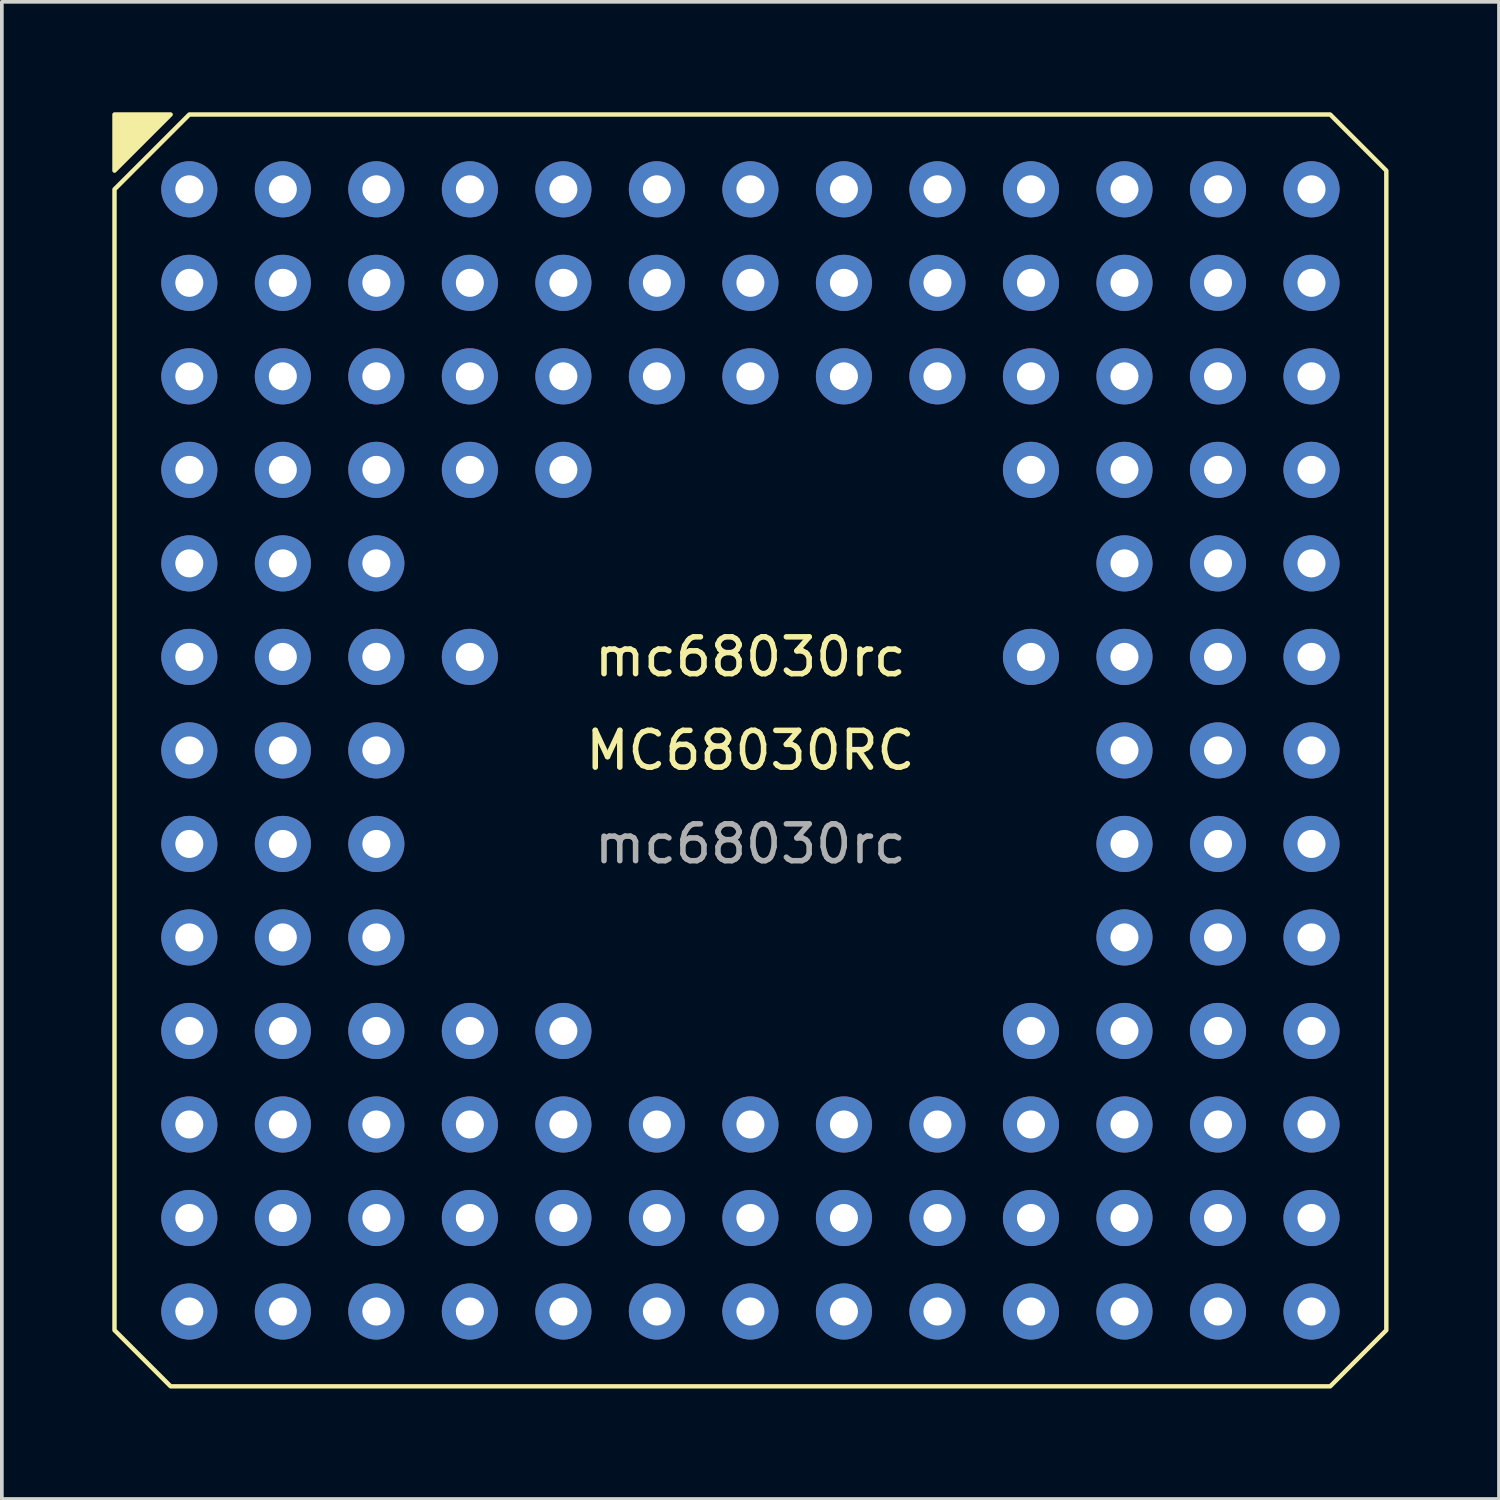
<source format=kicad_pcb>
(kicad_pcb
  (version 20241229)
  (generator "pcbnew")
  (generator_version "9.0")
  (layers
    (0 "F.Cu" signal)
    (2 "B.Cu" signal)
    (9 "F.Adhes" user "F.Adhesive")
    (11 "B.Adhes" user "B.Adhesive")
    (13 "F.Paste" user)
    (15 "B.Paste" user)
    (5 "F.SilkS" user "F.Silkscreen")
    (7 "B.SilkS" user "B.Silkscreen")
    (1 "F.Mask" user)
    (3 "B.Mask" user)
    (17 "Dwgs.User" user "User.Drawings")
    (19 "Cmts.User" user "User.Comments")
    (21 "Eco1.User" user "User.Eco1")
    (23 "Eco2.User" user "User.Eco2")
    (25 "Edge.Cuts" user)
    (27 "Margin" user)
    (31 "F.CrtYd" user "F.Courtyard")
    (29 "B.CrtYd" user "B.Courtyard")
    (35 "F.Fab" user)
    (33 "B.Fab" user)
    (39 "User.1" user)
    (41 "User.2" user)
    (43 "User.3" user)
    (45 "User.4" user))
  (footprint "mc68030rc"
    (layer "F.Cu")
    (at 17.332 17.332)
    (property "Reference" "mc68030rc" (at 0 -2.54 0) (unlocked yes) (layer "F.SilkS") (effects (font (size 1 1) (thickness 0.15))))
    (attr through_hole)
    (fp_poly (pts (xy -17.272 -17.272) (xy -15.748 -17.272) (xy -17.272 -15.748)) (stroke (width 0.12) (type solid)) (fill yes) (layer "F.SilkS"))
    (fp_poly (pts (xy -17.272 15.748) (xy -17.272 -15.24) (xy -15.24 -17.272) (xy 15.748 -17.272) (xy 17.272 -15.748) (xy 17.272 15.748) (xy 15.748 17.272) (xy -15.748 17.272)) (stroke (width 0.12) (type solid)) (fill no) (layer "F.SilkS"))
    (fp_text user "MC68030RC" (at 0 0 0) (unlocked yes) (layer "F.SilkS") (effects (font (size 1 1) (thickness 0.15))))
    (fp_text user "${REFERENCE}" (at 0 2.54 0) (unlocked yes) (layer "F.Fab") (effects (font (size 1 1) (thickness 0.15))))
    (pad "A1" thru_hole circle (at -15.24 -15.24 180) (size 1.524 1.524) (drill 0.762) (layers "*.Cu" "*.Mask"))
    (pad "A2" thru_hole circle (at -12.7 -15.24 180) (size 1.524 1.524) (drill 0.762) (layers "*.Cu" "*.Mask"))
    (pad "A3" thru_hole circle (at -10.16 -15.24 180) (size 1.524 1.524) (drill 0.762) (layers "*.Cu" "*.Mask"))
    (pad "A4" thru_hole circle (at -7.62 -15.24 180) (size 1.524 1.524) (drill 0.762) (layers "*.Cu" "*.Mask"))
    (pad "A5" thru_hole circle (at -5.08 -15.24 180) (size 1.524 1.524) (drill 0.762) (layers "*.Cu" "*.Mask"))
    (pad "A6" thru_hole circle (at -2.54 -15.24 180) (size 1.524 1.524) (drill 0.762) (layers "*.Cu" "*.Mask"))
    (pad "A7" thru_hole circle (at 0 -15.24 180) (size 1.524 1.524) (drill 0.762) (layers "*.Cu" "*.Mask"))
    (pad "A8" thru_hole circle (at 2.54 -15.24 180) (size 1.524 1.524) (drill 0.762) (layers "*.Cu" "*.Mask"))
    (pad "A9" thru_hole circle (at 5.08 -15.24 180) (size 1.524 1.524) (drill 0.762) (layers "*.Cu" "*.Mask"))
    (pad "A10" thru_hole circle (at 7.62 -15.24 180) (size 1.524 1.524) (drill 0.762) (layers "*.Cu" "*.Mask"))
    (pad "A11" thru_hole circle (at 10.16 -15.24 180) (size 1.524 1.524) (drill 0.762) (layers "*.Cu" "*.Mask"))
    (pad "A12" thru_hole circle (at 12.7 -15.24 180) (size 1.524 1.524) (drill 0.762) (layers "*.Cu" "*.Mask"))
    (pad "A13" thru_hole circle (at 15.24 -15.24 180) (size 1.524 1.524) (drill 0.762) (layers "*.Cu" "*.Mask"))
    (pad "B1" thru_hole circle (at -15.24 -12.7 180) (size 1.524 1.524) (drill 0.762) (layers "*.Cu" "*.Mask"))
    (pad "B2" thru_hole circle (at -12.7 -12.7 180) (size 1.524 1.524) (drill 0.762) (layers "*.Cu" "*.Mask"))
    (pad "B3" thru_hole circle (at -10.16 -12.7 180) (size 1.524 1.524) (drill 0.762) (layers "*.Cu" "*.Mask"))
    (pad "B4" thru_hole circle (at -7.62 -12.7 180) (size 1.524 1.524) (drill 0.762) (layers "*.Cu" "*.Mask"))
    (pad "B5" thru_hole circle (at -5.08 -12.7 180) (size 1.524 1.524) (drill 0.762) (layers "*.Cu" "*.Mask"))
    (pad "B6" thru_hole circle (at -2.54 -12.7 180) (size 1.524 1.524) (drill 0.762) (layers "*.Cu" "*.Mask"))
    (pad "B7" thru_hole circle (at 0 -12.7 180) (size 1.524 1.524) (drill 0.762) (layers "*.Cu" "*.Mask"))
    (pad "B8" thru_hole circle (at 2.54 -12.7 180) (size 1.524 1.524) (drill 0.762) (layers "*.Cu" "*.Mask"))
    (pad "B9" thru_hole circle (at 5.08 -12.7 180) (size 1.524 1.524) (drill 0.762) (layers "*.Cu" "*.Mask"))
    (pad "B10" thru_hole circle (at 7.62 -12.7 180) (size 1.524 1.524) (drill 0.762) (layers "*.Cu" "*.Mask"))
    (pad "B11" thru_hole circle (at 10.16 -12.7 180) (size 1.524 1.524) (drill 0.762) (layers "*.Cu" "*.Mask"))
    (pad "B12" thru_hole circle (at 12.7 -12.7 180) (size 1.524 1.524) (drill 0.762) (layers "*.Cu" "*.Mask"))
    (pad "B13" thru_hole circle (at 15.24 -12.7 180) (size 1.524 1.524) (drill 0.762) (layers "*.Cu" "*.Mask"))
    (pad "C1" thru_hole circle (at -15.24 -10.16 180) (size 1.524 1.524) (drill 0.762) (layers "*.Cu" "*.Mask"))
    (pad "C2" thru_hole circle (at -12.7 -10.16 180) (size 1.524 1.524) (drill 0.762) (layers "*.Cu" "*.Mask"))
    (pad "C3" thru_hole circle (at -10.16 -10.16 180) (size 1.524 1.524) (drill 0.762) (layers "*.Cu" "*.Mask"))
    (pad "C4" thru_hole circle (at -7.62 -10.16 180) (size 1.524 1.524) (drill 0.762) (layers "*.Cu" "*.Mask"))
    (pad "C5" thru_hole circle (at -5.08 -10.16 180) (size 1.524 1.524) (drill 0.762) (layers "*.Cu" "*.Mask"))
    (pad "C6" thru_hole circle (at -2.54 -10.16 180) (size 1.524 1.524) (drill 0.762) (layers "*.Cu" "*.Mask"))
    (pad "C7" thru_hole circle (at 0 -10.16 180) (size 1.524 1.524) (drill 0.762) (layers "*.Cu" "*.Mask"))
    (pad "C8" thru_hole circle (at 2.54 -10.16 180) (size 1.524 1.524) (drill 0.762) (layers "*.Cu" "*.Mask"))
    (pad "C9" thru_hole circle (at 5.08 -10.16 180) (size 1.524 1.524) (drill 0.762) (layers "*.Cu" "*.Mask"))
    (pad "C10" thru_hole circle (at 7.62 -10.16 180) (size 1.524 1.524) (drill 0.762) (layers "*.Cu" "*.Mask"))
    (pad "C11" thru_hole circle (at 10.16 -10.16 180) (size 1.524 1.524) (drill 0.762) (layers "*.Cu" "*.Mask"))
    (pad "C12" thru_hole circle (at 12.7 -10.16 180) (size 1.524 1.524) (drill 0.762) (layers "*.Cu" "*.Mask"))
    (pad "C13" thru_hole circle (at 15.24 -10.16 180) (size 1.524 1.524) (drill 0.762) (layers "*.Cu" "*.Mask"))
    (pad "D1" thru_hole circle (at -15.24 -7.62 180) (size 1.524 1.524) (drill 0.762) (layers "*.Cu" "*.Mask"))
    (pad "D2" thru_hole circle (at -12.7 -7.62 180) (size 1.524 1.524) (drill 0.762) (layers "*.Cu" "*.Mask"))
    (pad "D3" thru_hole circle (at -10.16 -7.62 180) (size 1.524 1.524) (drill 0.762) (layers "*.Cu" "*.Mask"))
    (pad "D4" thru_hole circle (at -7.62 -7.62 180) (size 1.524 1.524) (drill 0.762) (layers "*.Cu" "*.Mask"))
    (pad "D5" thru_hole circle (at -5.08 -7.62 180) (size 1.524 1.524) (drill 0.762) (layers "*.Cu" "*.Mask"))
    (pad "D10" thru_hole circle (at 7.62 -7.62 180) (size 1.524 1.524) (drill 0.762) (layers "*.Cu" "*.Mask"))
    (pad "D11" thru_hole circle (at 10.16 -7.62 180) (size 1.524 1.524) (drill 0.762) (layers "*.Cu" "*.Mask"))
    (pad "D12" thru_hole circle (at 12.7 -7.62 180) (size 1.524 1.524) (drill 0.762) (layers "*.Cu" "*.Mask"))
    (pad "D13" thru_hole circle (at 15.24 -7.62 180) (size 1.524 1.524) (drill 0.762) (layers "*.Cu" "*.Mask"))
    (pad "E1" thru_hole circle (at -15.24 -5.08 180) (size 1.524 1.524) (drill 0.762) (layers "*.Cu" "*.Mask"))
    (pad "E2" thru_hole circle (at -12.7 -5.08 180) (size 1.524 1.524) (drill 0.762) (layers "*.Cu" "*.Mask"))
    (pad "E3" thru_hole circle (at -10.16 -5.08 180) (size 1.524 1.524) (drill 0.762) (layers "*.Cu" "*.Mask"))
    (pad "E11" thru_hole circle (at 10.16 -5.08 180) (size 1.524 1.524) (drill 0.762) (layers "*.Cu" "*.Mask"))
    (pad "E12" thru_hole circle (at 12.7 -5.08 180) (size 1.524 1.524) (drill 0.762) (layers "*.Cu" "*.Mask"))
    (pad "E13" thru_hole circle (at 15.24 -5.08 180) (size 1.524 1.524) (drill 0.762) (layers "*.Cu" "*.Mask"))
    (pad "F1" thru_hole circle (at -15.24 -2.54 180) (size 1.524 1.524) (drill 0.762) (layers "*.Cu" "*.Mask"))
    (pad "F2" thru_hole circle (at -12.7 -2.54 180) (size 1.524 1.524) (drill 0.762) (layers "*.Cu" "*.Mask"))
    (pad "F3" thru_hole circle (at -10.16 -2.54 180) (size 1.524 1.524) (drill 0.762) (layers "*.Cu" "*.Mask"))
    (pad "F4" thru_hole circle (at -7.62 -2.54 180) (size 1.524 1.524) (drill 0.762) (layers "*.Cu" "*.Mask"))
    (pad "F10" thru_hole circle (at 7.62 -2.54 180) (size 1.524 1.524) (drill 0.762) (layers "*.Cu" "*.Mask"))
    (pad "F11" thru_hole circle (at 10.16 -2.54 180) (size 1.524 1.524) (drill 0.762) (layers "*.Cu" "*.Mask"))
    (pad "F12" thru_hole circle (at 12.7 -2.54 180) (size 1.524 1.524) (drill 0.762) (layers "*.Cu" "*.Mask"))
    (pad "F13" thru_hole circle (at 15.24 -2.54 180) (size 1.524 1.524) (drill 0.762) (layers "*.Cu" "*.Mask"))
    (pad "G1" thru_hole circle (at -15.24 0 180) (size 1.524 1.524) (drill 0.762) (layers "*.Cu" "*.Mask"))
    (pad "G2" thru_hole circle (at -12.7 0 180) (size 1.524 1.524) (drill 0.762) (layers "*.Cu" "*.Mask"))
    (pad "G3" thru_hole circle (at -10.16 0 180) (size 1.524 1.524) (drill 0.762) (layers "*.Cu" "*.Mask"))
    (pad "G11" thru_hole circle (at 10.16 0 180) (size 1.524 1.524) (drill 0.762) (layers "*.Cu" "*.Mask"))
    (pad "G12" thru_hole circle (at 12.7 0 180) (size 1.524 1.524) (drill 0.762) (layers "*.Cu" "*.Mask"))
    (pad "G13" thru_hole circle (at 15.24 0 180) (size 1.524 1.524) (drill 0.762) (layers "*.Cu" "*.Mask"))
    (pad "H1" thru_hole circle (at -15.24 2.54 180) (size 1.524 1.524) (drill 0.762) (layers "*.Cu" "*.Mask"))
    (pad "H2" thru_hole circle (at -12.7 2.54 180) (size 1.524 1.524) (drill 0.762) (layers "*.Cu" "*.Mask"))
    (pad "H3" thru_hole circle (at -10.16 2.54 180) (size 1.524 1.524) (drill 0.762) (layers "*.Cu" "*.Mask"))
    (pad "H11" thru_hole circle (at 10.16 2.54 180) (size 1.524 1.524) (drill 0.762) (layers "*.Cu" "*.Mask"))
    (pad "H12" thru_hole circle (at 12.7 2.54 180) (size 1.524 1.524) (drill 0.762) (layers "*.Cu" "*.Mask"))
    (pad "H13" thru_hole circle (at 15.24 2.54 180) (size 1.524 1.524) (drill 0.762) (layers "*.Cu" "*.Mask"))
    (pad "J1" thru_hole circle (at -15.24 5.08 180) (size 1.524 1.524) (drill 0.762) (layers "*.Cu" "*.Mask"))
    (pad "J2" thru_hole circle (at -12.7 5.08 180) (size 1.524 1.524) (drill 0.762) (layers "*.Cu" "*.Mask"))
    (pad "J3" thru_hole circle (at -10.16 5.08 180) (size 1.524 1.524) (drill 0.762) (layers "*.Cu" "*.Mask"))
    (pad "J11" thru_hole circle (at 10.16 5.08 180) (size 1.524 1.524) (drill 0.762) (layers "*.Cu" "*.Mask"))
    (pad "J12" thru_hole circle (at 12.7 5.08 180) (size 1.524 1.524) (drill 0.762) (layers "*.Cu" "*.Mask"))
    (pad "J13" thru_hole circle (at 15.24 5.08 180) (size 1.524 1.524) (drill 0.762) (layers "*.Cu" "*.Mask"))
    (pad "K1" thru_hole circle (at -15.24 7.62 180) (size 1.524 1.524) (drill 0.762) (layers "*.Cu" "*.Mask"))
    (pad "K2" thru_hole circle (at -12.7 7.62 180) (size 1.524 1.524) (drill 0.762) (layers "*.Cu" "*.Mask"))
    (pad "K3" thru_hole circle (at -10.16 7.62 180) (size 1.524 1.524) (drill 0.762) (layers "*.Cu" "*.Mask"))
    (pad "K4" thru_hole circle (at -7.62 7.62 180) (size 1.524 1.524) (drill 0.762) (layers "*.Cu" "*.Mask"))
    (pad "K5" thru_hole circle (at -5.08 7.62 180) (size 1.524 1.524) (drill 0.762) (layers "*.Cu" "*.Mask"))
    (pad "K10" thru_hole circle (at 7.62 7.62 180) (size 1.524 1.524) (drill 0.762) (layers "*.Cu" "*.Mask"))
    (pad "K11" thru_hole circle (at 10.16 7.62 180) (size 1.524 1.524) (drill 0.762) (layers "*.Cu" "*.Mask"))
    (pad "K12" thru_hole circle (at 12.7 7.62 180) (size 1.524 1.524) (drill 0.762) (layers "*.Cu" "*.Mask"))
    (pad "K13" thru_hole circle (at 15.24 7.62 180) (size 1.524 1.524) (drill 0.762) (layers "*.Cu" "*.Mask"))
    (pad "L1" thru_hole circle (at -15.24 10.16 180) (size 1.524 1.524) (drill 0.762) (layers "*.Cu" "*.Mask"))
    (pad "L2" thru_hole circle (at -12.7 10.16 180) (size 1.524 1.524) (drill 0.762) (layers "*.Cu" "*.Mask"))
    (pad "L3" thru_hole circle (at -10.16 10.16 180) (size 1.524 1.524) (drill 0.762) (layers "*.Cu" "*.Mask"))
    (pad "L4" thru_hole circle (at -7.62 10.16 180) (size 1.524 1.524) (drill 0.762) (layers "*.Cu" "*.Mask"))
    (pad "L5" thru_hole circle (at -5.08 10.16 180) (size 1.524 1.524) (drill 0.762) (layers "*.Cu" "*.Mask"))
    (pad "L6" thru_hole circle (at -2.54 10.16 180) (size 1.524 1.524) (drill 0.762) (layers "*.Cu" "*.Mask"))
    (pad "L7" thru_hole circle (at 0 10.16 180) (size 1.524 1.524) (drill 0.762) (layers "*.Cu" "*.Mask"))
    (pad "L8" thru_hole circle (at 2.54 10.16 180) (size 1.524 1.524) (drill 0.762) (layers "*.Cu" "*.Mask"))
    (pad "L9" thru_hole circle (at 5.08 10.16 180) (size 1.524 1.524) (drill 0.762) (layers "*.Cu" "*.Mask"))
    (pad "L10" thru_hole circle (at 7.62 10.16 180) (size 1.524 1.524) (drill 0.762) (layers "*.Cu" "*.Mask"))
    (pad "L11" thru_hole circle (at 10.16 10.16 180) (size 1.524 1.524) (drill 0.762) (layers "*.Cu" "*.Mask"))
    (pad "L12" thru_hole circle (at 12.7 10.16 180) (size 1.524 1.524) (drill 0.762) (layers "*.Cu" "*.Mask"))
    (pad "L13" thru_hole circle (at 15.24 10.16 180) (size 1.524 1.524) (drill 0.762) (layers "*.Cu" "*.Mask"))
    (pad "M1" thru_hole circle (at -15.24 12.7 180) (size 1.524 1.524) (drill 0.762) (layers "*.Cu" "*.Mask"))
    (pad "M2" thru_hole circle (at -12.7 12.7 180) (size 1.524 1.524) (drill 0.762) (layers "*.Cu" "*.Mask"))
    (pad "M3" thru_hole circle (at -10.16 12.7 180) (size 1.524 1.524) (drill 0.762) (layers "*.Cu" "*.Mask"))
    (pad "M4" thru_hole circle (at -7.62 12.7 180) (size 1.524 1.524) (drill 0.762) (layers "*.Cu" "*.Mask"))
    (pad "M5" thru_hole circle (at -5.08 12.7 180) (size 1.524 1.524) (drill 0.762) (layers "*.Cu" "*.Mask"))
    (pad "M6" thru_hole circle (at -2.54 12.7 180) (size 1.524 1.524) (drill 0.762) (layers "*.Cu" "*.Mask"))
    (pad "M7" thru_hole circle (at 0 12.7 180) (size 1.524 1.524) (drill 0.762) (layers "*.Cu" "*.Mask"))
    (pad "M8" thru_hole circle (at 2.54 12.7 180) (size 1.524 1.524) (drill 0.762) (layers "*.Cu" "*.Mask"))
    (pad "M9" thru_hole circle (at 5.08 12.7 180) (size 1.524 1.524) (drill 0.762) (layers "*.Cu" "*.Mask"))
    (pad "M10" thru_hole circle (at 7.62 12.7 180) (size 1.524 1.524) (drill 0.762) (layers "*.Cu" "*.Mask"))
    (pad "M11" thru_hole circle (at 10.16 12.7 180) (size 1.524 1.524) (drill 0.762) (layers "*.Cu" "*.Mask"))
    (pad "M12" thru_hole circle (at 12.7 12.7 180) (size 1.524 1.524) (drill 0.762) (layers "*.Cu" "*.Mask"))
    (pad "M13" thru_hole circle (at 15.24 12.7 180) (size 1.524 1.524) (drill 0.762) (layers "*.Cu" "*.Mask"))
    (pad "N1" thru_hole circle (at -15.24 15.24 180) (size 1.524 1.524) (drill 0.762) (layers "*.Cu" "*.Mask"))
    (pad "N2" thru_hole circle (at -12.7 15.24 180) (size 1.524 1.524) (drill 0.762) (layers "*.Cu" "*.Mask"))
    (pad "N3" thru_hole circle (at -10.16 15.24 180) (size 1.524 1.524) (drill 0.762) (layers "*.Cu" "*.Mask"))
    (pad "N4" thru_hole circle (at -7.62 15.24 180) (size 1.524 1.524) (drill 0.762) (layers "*.Cu" "*.Mask"))
    (pad "N5" thru_hole circle (at -5.08 15.24 180) (size 1.524 1.524) (drill 0.762) (layers "*.Cu" "*.Mask"))
    (pad "N6" thru_hole circle (at -2.54 15.24 180) (size 1.524 1.524) (drill 0.762) (layers "*.Cu" "*.Mask"))
    (pad "N7" thru_hole circle (at 0 15.24 180) (size 1.524 1.524) (drill 0.762) (layers "*.Cu" "*.Mask"))
    (pad "N8" thru_hole circle (at 2.54 15.24 180) (size 1.524 1.524) (drill 0.762) (layers "*.Cu" "*.Mask"))
    (pad "N9" thru_hole circle (at 5.08 15.24 180) (size 1.524 1.524) (drill 0.762) (layers "*.Cu" "*.Mask"))
    (pad "N10" thru_hole circle (at 7.62 15.24 180) (size 1.524 1.524) (drill 0.762) (layers "*.Cu" "*.Mask"))
    (pad "N11" thru_hole circle (at 10.16 15.24 180) (size 1.524 1.524) (drill 0.762) (layers "*.Cu" "*.Mask"))
    (pad "N12" thru_hole circle (at 12.7 15.24 180) (size 1.524 1.524) (drill 0.762) (layers "*.Cu" "*.Mask"))
    (pad "N13" thru_hole circle (at 15.24 15.24 180) (size 1.524 1.524) (drill 0.762) (layers "*.Cu" "*.Mask")))
  (gr_rect
    (start -3 -3)
    (end 37.664 37.664)
    (stroke (width 0.1) (type default))
    (fill no)
    (layer "Edge.Cuts")))
</source>
